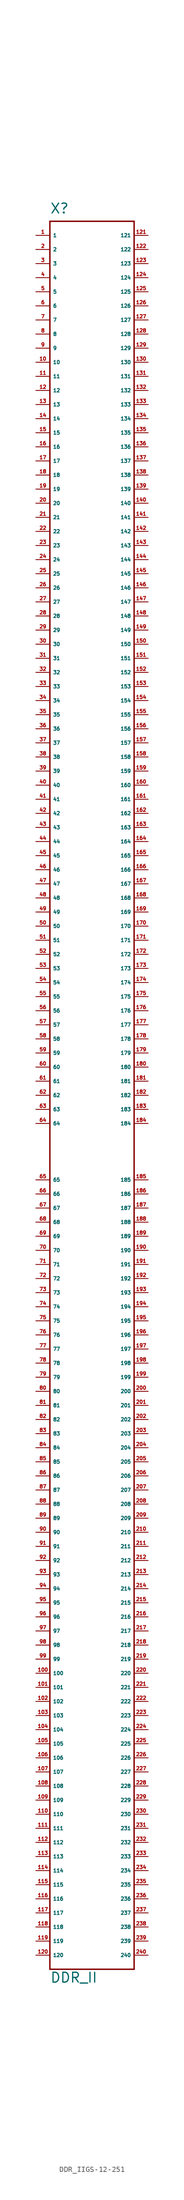
<source format=kicad_sym>
(kicad_symbol_lib
  (version 20220914)
  (generator Eagle2Kicad)
  (symbol "DDR_IIGS-12-251"
    (property "Reference" "X"
      (at -7.62 168.91 0)
      (effects (font (size 1.778 1.778) (thickness 0.22)) (justify left bottom)))
    (property "Value" "DDR_II"
      (at -7.62 -149.86 0)
      (effects (font (size 1.778 1.778) (thickness 0.22)) (justify left bottom)))
    (polyline
      (pts (xy -7.62 167.64) (xy 7.62 167.64))
      (stroke (width 0.254) (type default))
      (fill (type none)))
    (polyline
      (pts (xy 7.62 167.64) (xy 7.62 -147.32))
      (stroke (width 0.254) (type default))
      (fill (type none)))
    (polyline
      (pts (xy 7.62 -147.32) (xy -7.62 -147.32))
      (stroke (width 0.254) (type default))
      (fill (type none)))
    (polyline
      (pts (xy -7.62 -147.32) (xy -7.62 167.64))
      (stroke (width 0.254) (type default))
      (fill (type none)))
    (pin passive line
      (at -10.16 165.1 0)
      (length 2.54)
      (name "1" (effects (font (size 0.635 0.635) (thickness 0.08)) (justify left bottom)))
      (number "1" (effects (font (size 0.635 0.635) (thickness 0.08)) (justify left bottom))))
    (pin passive line
      (at -10.16 162.56 0)
      (length 2.54)
      (name "2" (effects (font (size 0.635 0.635) (thickness 0.08)) (justify left bottom)))
      (number "2" (effects (font (size 0.635 0.635) (thickness 0.08)) (justify left bottom))))
    (pin passive line
      (at -10.16 160.02 0)
      (length 2.54)
      (name "3" (effects (font (size 0.635 0.635) (thickness 0.08)) (justify left bottom)))
      (number "3" (effects (font (size 0.635 0.635) (thickness 0.08)) (justify left bottom))))
    (pin passive line
      (at -10.16 157.48 0)
      (length 2.54)
      (name "4" (effects (font (size 0.635 0.635) (thickness 0.08)) (justify left bottom)))
      (number "4" (effects (font (size 0.635 0.635) (thickness 0.08)) (justify left bottom))))
    (pin passive line
      (at -10.16 154.94 0)
      (length 2.54)
      (name "5" (effects (font (size 0.635 0.635) (thickness 0.08)) (justify left bottom)))
      (number "5" (effects (font (size 0.635 0.635) (thickness 0.08)) (justify left bottom))))
    (pin passive line
      (at -10.16 152.4 0)
      (length 2.54)
      (name "6" (effects (font (size 0.635 0.635) (thickness 0.08)) (justify left bottom)))
      (number "6" (effects (font (size 0.635 0.635) (thickness 0.08)) (justify left bottom))))
    (pin passive line
      (at -10.16 149.86 0)
      (length 2.54)
      (name "7" (effects (font (size 0.635 0.635) (thickness 0.08)) (justify left bottom)))
      (number "7" (effects (font (size 0.635 0.635) (thickness 0.08)) (justify left bottom))))
    (pin passive line
      (at -10.16 147.32 0)
      (length 2.54)
      (name "8" (effects (font (size 0.635 0.635) (thickness 0.08)) (justify left bottom)))
      (number "8" (effects (font (size 0.635 0.635) (thickness 0.08)) (justify left bottom))))
    (pin passive line
      (at -10.16 144.78 0)
      (length 2.54)
      (name "9" (effects (font (size 0.635 0.635) (thickness 0.08)) (justify left bottom)))
      (number "9" (effects (font (size 0.635 0.635) (thickness 0.08)) (justify left bottom))))
    (pin passive line
      (at -10.16 142.24 0)
      (length 2.54)
      (name "10" (effects (font (size 0.635 0.635) (thickness 0.08)) (justify left bottom)))
      (number "10" (effects (font (size 0.635 0.635) (thickness 0.08)) (justify left bottom))))
    (pin passive line
      (at -10.16 139.7 0)
      (length 2.54)
      (name "11" (effects (font (size 0.635 0.635) (thickness 0.08)) (justify left bottom)))
      (number "11" (effects (font (size 0.635 0.635) (thickness 0.08)) (justify left bottom))))
    (pin passive line
      (at -10.16 137.16 0)
      (length 2.54)
      (name "12" (effects (font (size 0.635 0.635) (thickness 0.08)) (justify left bottom)))
      (number "12" (effects (font (size 0.635 0.635) (thickness 0.08)) (justify left bottom))))
    (pin passive line
      (at -10.16 134.62 0)
      (length 2.54)
      (name "13" (effects (font (size 0.635 0.635) (thickness 0.08)) (justify left bottom)))
      (number "13" (effects (font (size 0.635 0.635) (thickness 0.08)) (justify left bottom))))
    (pin passive line
      (at -10.16 132.08 0)
      (length 2.54)
      (name "14" (effects (font (size 0.635 0.635) (thickness 0.08)) (justify left bottom)))
      (number "14" (effects (font (size 0.635 0.635) (thickness 0.08)) (justify left bottom))))
    (pin passive line
      (at -10.16 129.54 0)
      (length 2.54)
      (name "15" (effects (font (size 0.635 0.635) (thickness 0.08)) (justify left bottom)))
      (number "15" (effects (font (size 0.635 0.635) (thickness 0.08)) (justify left bottom))))
    (pin passive line
      (at -10.16 127 0)
      (length 2.54)
      (name "16" (effects (font (size 0.635 0.635) (thickness 0.08)) (justify left bottom)))
      (number "16" (effects (font (size 0.635 0.635) (thickness 0.08)) (justify left bottom))))
    (pin passive line
      (at -10.16 124.46 0)
      (length 2.54)
      (name "17" (effects (font (size 0.635 0.635) (thickness 0.08)) (justify left bottom)))
      (number "17" (effects (font (size 0.635 0.635) (thickness 0.08)) (justify left bottom))))
    (pin passive line
      (at -10.16 121.92 0)
      (length 2.54)
      (name "18" (effects (font (size 0.635 0.635) (thickness 0.08)) (justify left bottom)))
      (number "18" (effects (font (size 0.635 0.635) (thickness 0.08)) (justify left bottom))))
    (pin passive line
      (at -10.16 119.38 0)
      (length 2.54)
      (name "19" (effects (font (size 0.635 0.635) (thickness 0.08)) (justify left bottom)))
      (number "19" (effects (font (size 0.635 0.635) (thickness 0.08)) (justify left bottom))))
    (pin passive line
      (at -10.16 116.84 0)
      (length 2.54)
      (name "20" (effects (font (size 0.635 0.635) (thickness 0.08)) (justify left bottom)))
      (number "20" (effects (font (size 0.635 0.635) (thickness 0.08)) (justify left bottom))))
    (pin passive line
      (at -10.16 114.3 0)
      (length 2.54)
      (name "21" (effects (font (size 0.635 0.635) (thickness 0.08)) (justify left bottom)))
      (number "21" (effects (font (size 0.635 0.635) (thickness 0.08)) (justify left bottom))))
    (pin passive line
      (at -10.16 111.76 0)
      (length 2.54)
      (name "22" (effects (font (size 0.635 0.635) (thickness 0.08)) (justify left bottom)))
      (number "22" (effects (font (size 0.635 0.635) (thickness 0.08)) (justify left bottom))))
    (pin passive line
      (at -10.16 109.22 0)
      (length 2.54)
      (name "23" (effects (font (size 0.635 0.635) (thickness 0.08)) (justify left bottom)))
      (number "23" (effects (font (size 0.635 0.635) (thickness 0.08)) (justify left bottom))))
    (pin passive line
      (at -10.16 106.68 0)
      (length 2.54)
      (name "24" (effects (font (size 0.635 0.635) (thickness 0.08)) (justify left bottom)))
      (number "24" (effects (font (size 0.635 0.635) (thickness 0.08)) (justify left bottom))))
    (pin passive line
      (at -10.16 104.14 0)
      (length 2.54)
      (name "25" (effects (font (size 0.635 0.635) (thickness 0.08)) (justify left bottom)))
      (number "25" (effects (font (size 0.635 0.635) (thickness 0.08)) (justify left bottom))))
    (pin passive line
      (at -10.16 101.6 0)
      (length 2.54)
      (name "26" (effects (font (size 0.635 0.635) (thickness 0.08)) (justify left bottom)))
      (number "26" (effects (font (size 0.635 0.635) (thickness 0.08)) (justify left bottom))))
    (pin passive line
      (at -10.16 99.06 0)
      (length 2.54)
      (name "27" (effects (font (size 0.635 0.635) (thickness 0.08)) (justify left bottom)))
      (number "27" (effects (font (size 0.635 0.635) (thickness 0.08)) (justify left bottom))))
    (pin passive line
      (at -10.16 96.52 0)
      (length 2.54)
      (name "28" (effects (font (size 0.635 0.635) (thickness 0.08)) (justify left bottom)))
      (number "28" (effects (font (size 0.635 0.635) (thickness 0.08)) (justify left bottom))))
    (pin passive line
      (at -10.16 93.98 0)
      (length 2.54)
      (name "29" (effects (font (size 0.635 0.635) (thickness 0.08)) (justify left bottom)))
      (number "29" (effects (font (size 0.635 0.635) (thickness 0.08)) (justify left bottom))))
    (pin passive line
      (at -10.16 91.44 0)
      (length 2.54)
      (name "30" (effects (font (size 0.635 0.635) (thickness 0.08)) (justify left bottom)))
      (number "30" (effects (font (size 0.635 0.635) (thickness 0.08)) (justify left bottom))))
    (pin passive line
      (at -10.16 88.9 0)
      (length 2.54)
      (name "31" (effects (font (size 0.635 0.635) (thickness 0.08)) (justify left bottom)))
      (number "31" (effects (font (size 0.635 0.635) (thickness 0.08)) (justify left bottom))))
    (pin passive line
      (at -10.16 86.36 0)
      (length 2.54)
      (name "32" (effects (font (size 0.635 0.635) (thickness 0.08)) (justify left bottom)))
      (number "32" (effects (font (size 0.635 0.635) (thickness 0.08)) (justify left bottom))))
    (pin passive line
      (at -10.16 83.82 0)
      (length 2.54)
      (name "33" (effects (font (size 0.635 0.635) (thickness 0.08)) (justify left bottom)))
      (number "33" (effects (font (size 0.635 0.635) (thickness 0.08)) (justify left bottom))))
    (pin passive line
      (at -10.16 81.28 0)
      (length 2.54)
      (name "34" (effects (font (size 0.635 0.635) (thickness 0.08)) (justify left bottom)))
      (number "34" (effects (font (size 0.635 0.635) (thickness 0.08)) (justify left bottom))))
    (pin passive line
      (at -10.16 78.74 0)
      (length 2.54)
      (name "35" (effects (font (size 0.635 0.635) (thickness 0.08)) (justify left bottom)))
      (number "35" (effects (font (size 0.635 0.635) (thickness 0.08)) (justify left bottom))))
    (pin passive line
      (at -10.16 76.2 0)
      (length 2.54)
      (name "36" (effects (font (size 0.635 0.635) (thickness 0.08)) (justify left bottom)))
      (number "36" (effects (font (size 0.635 0.635) (thickness 0.08)) (justify left bottom))))
    (pin passive line
      (at -10.16 73.66 0)
      (length 2.54)
      (name "37" (effects (font (size 0.635 0.635) (thickness 0.08)) (justify left bottom)))
      (number "37" (effects (font (size 0.635 0.635) (thickness 0.08)) (justify left bottom))))
    (pin passive line
      (at -10.16 71.12 0)
      (length 2.54)
      (name "38" (effects (font (size 0.635 0.635) (thickness 0.08)) (justify left bottom)))
      (number "38" (effects (font (size 0.635 0.635) (thickness 0.08)) (justify left bottom))))
    (pin passive line
      (at -10.16 68.58 0)
      (length 2.54)
      (name "39" (effects (font (size 0.635 0.635) (thickness 0.08)) (justify left bottom)))
      (number "39" (effects (font (size 0.635 0.635) (thickness 0.08)) (justify left bottom))))
    (pin passive line
      (at -10.16 66.04 0)
      (length 2.54)
      (name "40" (effects (font (size 0.635 0.635) (thickness 0.08)) (justify left bottom)))
      (number "40" (effects (font (size 0.635 0.635) (thickness 0.08)) (justify left bottom))))
    (pin passive line
      (at -10.16 63.5 0)
      (length 2.54)
      (name "41" (effects (font (size 0.635 0.635) (thickness 0.08)) (justify left bottom)))
      (number "41" (effects (font (size 0.635 0.635) (thickness 0.08)) (justify left bottom))))
    (pin passive line
      (at -10.16 60.96 0)
      (length 2.54)
      (name "42" (effects (font (size 0.635 0.635) (thickness 0.08)) (justify left bottom)))
      (number "42" (effects (font (size 0.635 0.635) (thickness 0.08)) (justify left bottom))))
    (pin passive line
      (at -10.16 58.42 0)
      (length 2.54)
      (name "43" (effects (font (size 0.635 0.635) (thickness 0.08)) (justify left bottom)))
      (number "43" (effects (font (size 0.635 0.635) (thickness 0.08)) (justify left bottom))))
    (pin passive line
      (at -10.16 55.88 0)
      (length 2.54)
      (name "44" (effects (font (size 0.635 0.635) (thickness 0.08)) (justify left bottom)))
      (number "44" (effects (font (size 0.635 0.635) (thickness 0.08)) (justify left bottom))))
    (pin passive line
      (at -10.16 53.34 0)
      (length 2.54)
      (name "45" (effects (font (size 0.635 0.635) (thickness 0.08)) (justify left bottom)))
      (number "45" (effects (font (size 0.635 0.635) (thickness 0.08)) (justify left bottom))))
    (pin passive line
      (at -10.16 50.8 0)
      (length 2.54)
      (name "46" (effects (font (size 0.635 0.635) (thickness 0.08)) (justify left bottom)))
      (number "46" (effects (font (size 0.635 0.635) (thickness 0.08)) (justify left bottom))))
    (pin passive line
      (at -10.16 48.26 0)
      (length 2.54)
      (name "47" (effects (font (size 0.635 0.635) (thickness 0.08)) (justify left bottom)))
      (number "47" (effects (font (size 0.635 0.635) (thickness 0.08)) (justify left bottom))))
    (pin passive line
      (at -10.16 45.72 0)
      (length 2.54)
      (name "48" (effects (font (size 0.635 0.635) (thickness 0.08)) (justify left bottom)))
      (number "48" (effects (font (size 0.635 0.635) (thickness 0.08)) (justify left bottom))))
    (pin passive line
      (at -10.16 43.18 0)
      (length 2.54)
      (name "49" (effects (font (size 0.635 0.635) (thickness 0.08)) (justify left bottom)))
      (number "49" (effects (font (size 0.635 0.635) (thickness 0.08)) (justify left bottom))))
    (pin passive line
      (at -10.16 40.64 0)
      (length 2.54)
      (name "50" (effects (font (size 0.635 0.635) (thickness 0.08)) (justify left bottom)))
      (number "50" (effects (font (size 0.635 0.635) (thickness 0.08)) (justify left bottom))))
    (pin passive line
      (at -10.16 38.1 0)
      (length 2.54)
      (name "51" (effects (font (size 0.635 0.635) (thickness 0.08)) (justify left bottom)))
      (number "51" (effects (font (size 0.635 0.635) (thickness 0.08)) (justify left bottom))))
    (pin passive line
      (at -10.16 35.56 0)
      (length 2.54)
      (name "52" (effects (font (size 0.635 0.635) (thickness 0.08)) (justify left bottom)))
      (number "52" (effects (font (size 0.635 0.635) (thickness 0.08)) (justify left bottom))))
    (pin passive line
      (at -10.16 33.02 0)
      (length 2.54)
      (name "53" (effects (font (size 0.635 0.635) (thickness 0.08)) (justify left bottom)))
      (number "53" (effects (font (size 0.635 0.635) (thickness 0.08)) (justify left bottom))))
    (pin passive line
      (at -10.16 30.48 0)
      (length 2.54)
      (name "54" (effects (font (size 0.635 0.635) (thickness 0.08)) (justify left bottom)))
      (number "54" (effects (font (size 0.635 0.635) (thickness 0.08)) (justify left bottom))))
    (pin passive line
      (at -10.16 27.94 0)
      (length 2.54)
      (name "55" (effects (font (size 0.635 0.635) (thickness 0.08)) (justify left bottom)))
      (number "55" (effects (font (size 0.635 0.635) (thickness 0.08)) (justify left bottom))))
    (pin passive line
      (at -10.16 25.4 0)
      (length 2.54)
      (name "56" (effects (font (size 0.635 0.635) (thickness 0.08)) (justify left bottom)))
      (number "56" (effects (font (size 0.635 0.635) (thickness 0.08)) (justify left bottom))))
    (pin passive line
      (at -10.16 22.86 0)
      (length 2.54)
      (name "57" (effects (font (size 0.635 0.635) (thickness 0.08)) (justify left bottom)))
      (number "57" (effects (font (size 0.635 0.635) (thickness 0.08)) (justify left bottom))))
    (pin passive line
      (at -10.16 20.32 0)
      (length 2.54)
      (name "58" (effects (font (size 0.635 0.635) (thickness 0.08)) (justify left bottom)))
      (number "58" (effects (font (size 0.635 0.635) (thickness 0.08)) (justify left bottom))))
    (pin passive line
      (at -10.16 17.78 0)
      (length 2.54)
      (name "59" (effects (font (size 0.635 0.635) (thickness 0.08)) (justify left bottom)))
      (number "59" (effects (font (size 0.635 0.635) (thickness 0.08)) (justify left bottom))))
    (pin passive line
      (at -10.16 15.24 0)
      (length 2.54)
      (name "60" (effects (font (size 0.635 0.635) (thickness 0.08)) (justify left bottom)))
      (number "60" (effects (font (size 0.635 0.635) (thickness 0.08)) (justify left bottom))))
    (pin passive line
      (at -10.16 12.7 0)
      (length 2.54)
      (name "61" (effects (font (size 0.635 0.635) (thickness 0.08)) (justify left bottom)))
      (number "61" (effects (font (size 0.635 0.635) (thickness 0.08)) (justify left bottom))))
    (pin passive line
      (at -10.16 10.16 0)
      (length 2.54)
      (name "62" (effects (font (size 0.635 0.635) (thickness 0.08)) (justify left bottom)))
      (number "62" (effects (font (size 0.635 0.635) (thickness 0.08)) (justify left bottom))))
    (pin passive line
      (at -10.16 7.62 0)
      (length 2.54)
      (name "63" (effects (font (size 0.635 0.635) (thickness 0.08)) (justify left bottom)))
      (number "63" (effects (font (size 0.635 0.635) (thickness 0.08)) (justify left bottom))))
    (pin passive line
      (at -10.16 5.08 0)
      (length 2.54)
      (name "64" (effects (font (size 0.635 0.635) (thickness 0.08)) (justify left bottom)))
      (number "64" (effects (font (size 0.635 0.635) (thickness 0.08)) (justify left bottom))))
    (pin passive line
      (at -10.16 -5.08 0)
      (length 2.54)
      (name "65" (effects (font (size 0.635 0.635) (thickness 0.08)) (justify left bottom)))
      (number "65" (effects (font (size 0.635 0.635) (thickness 0.08)) (justify left bottom))))
    (pin passive line
      (at -10.16 -7.62 0)
      (length 2.54)
      (name "66" (effects (font (size 0.635 0.635) (thickness 0.08)) (justify left bottom)))
      (number "66" (effects (font (size 0.635 0.635) (thickness 0.08)) (justify left bottom))))
    (pin passive line
      (at -10.16 -10.16 0)
      (length 2.54)
      (name "67" (effects (font (size 0.635 0.635) (thickness 0.08)) (justify left bottom)))
      (number "67" (effects (font (size 0.635 0.635) (thickness 0.08)) (justify left bottom))))
    (pin passive line
      (at -10.16 -12.7 0)
      (length 2.54)
      (name "68" (effects (font (size 0.635 0.635) (thickness 0.08)) (justify left bottom)))
      (number "68" (effects (font (size 0.635 0.635) (thickness 0.08)) (justify left bottom))))
    (pin passive line
      (at -10.16 -15.24 0)
      (length 2.54)
      (name "69" (effects (font (size 0.635 0.635) (thickness 0.08)) (justify left bottom)))
      (number "69" (effects (font (size 0.635 0.635) (thickness 0.08)) (justify left bottom))))
    (pin passive line
      (at -10.16 -17.78 0)
      (length 2.54)
      (name "70" (effects (font (size 0.635 0.635) (thickness 0.08)) (justify left bottom)))
      (number "70" (effects (font (size 0.635 0.635) (thickness 0.08)) (justify left bottom))))
    (pin passive line
      (at -10.16 -20.32 0)
      (length 2.54)
      (name "71" (effects (font (size 0.635 0.635) (thickness 0.08)) (justify left bottom)))
      (number "71" (effects (font (size 0.635 0.635) (thickness 0.08)) (justify left bottom))))
    (pin passive line
      (at -10.16 -22.86 0)
      (length 2.54)
      (name "72" (effects (font (size 0.635 0.635) (thickness 0.08)) (justify left bottom)))
      (number "72" (effects (font (size 0.635 0.635) (thickness 0.08)) (justify left bottom))))
    (pin passive line
      (at -10.16 -25.4 0)
      (length 2.54)
      (name "73" (effects (font (size 0.635 0.635) (thickness 0.08)) (justify left bottom)))
      (number "73" (effects (font (size 0.635 0.635) (thickness 0.08)) (justify left bottom))))
    (pin passive line
      (at -10.16 -27.94 0)
      (length 2.54)
      (name "74" (effects (font (size 0.635 0.635) (thickness 0.08)) (justify left bottom)))
      (number "74" (effects (font (size 0.635 0.635) (thickness 0.08)) (justify left bottom))))
    (pin passive line
      (at -10.16 -30.48 0)
      (length 2.54)
      (name "75" (effects (font (size 0.635 0.635) (thickness 0.08)) (justify left bottom)))
      (number "75" (effects (font (size 0.635 0.635) (thickness 0.08)) (justify left bottom))))
    (pin passive line
      (at -10.16 -33.02 0)
      (length 2.54)
      (name "76" (effects (font (size 0.635 0.635) (thickness 0.08)) (justify left bottom)))
      (number "76" (effects (font (size 0.635 0.635) (thickness 0.08)) (justify left bottom))))
    (pin passive line
      (at -10.16 -35.56 0)
      (length 2.54)
      (name "77" (effects (font (size 0.635 0.635) (thickness 0.08)) (justify left bottom)))
      (number "77" (effects (font (size 0.635 0.635) (thickness 0.08)) (justify left bottom))))
    (pin passive line
      (at -10.16 -38.1 0)
      (length 2.54)
      (name "78" (effects (font (size 0.635 0.635) (thickness 0.08)) (justify left bottom)))
      (number "78" (effects (font (size 0.635 0.635) (thickness 0.08)) (justify left bottom))))
    (pin passive line
      (at -10.16 -40.64 0)
      (length 2.54)
      (name "79" (effects (font (size 0.635 0.635) (thickness 0.08)) (justify left bottom)))
      (number "79" (effects (font (size 0.635 0.635) (thickness 0.08)) (justify left bottom))))
    (pin passive line
      (at -10.16 -43.18 0)
      (length 2.54)
      (name "80" (effects (font (size 0.635 0.635) (thickness 0.08)) (justify left bottom)))
      (number "80" (effects (font (size 0.635 0.635) (thickness 0.08)) (justify left bottom))))
    (pin passive line
      (at -10.16 -45.72 0)
      (length 2.54)
      (name "81" (effects (font (size 0.635 0.635) (thickness 0.08)) (justify left bottom)))
      (number "81" (effects (font (size 0.635 0.635) (thickness 0.08)) (justify left bottom))))
    (pin passive line
      (at -10.16 -48.26 0)
      (length 2.54)
      (name "82" (effects (font (size 0.635 0.635) (thickness 0.08)) (justify left bottom)))
      (number "82" (effects (font (size 0.635 0.635) (thickness 0.08)) (justify left bottom))))
    (pin passive line
      (at -10.16 -50.8 0)
      (length 2.54)
      (name "83" (effects (font (size 0.635 0.635) (thickness 0.08)) (justify left bottom)))
      (number "83" (effects (font (size 0.635 0.635) (thickness 0.08)) (justify left bottom))))
    (pin passive line
      (at -10.16 -53.34 0)
      (length 2.54)
      (name "84" (effects (font (size 0.635 0.635) (thickness 0.08)) (justify left bottom)))
      (number "84" (effects (font (size 0.635 0.635) (thickness 0.08)) (justify left bottom))))
    (pin passive line
      (at -10.16 -55.88 0)
      (length 2.54)
      (name "85" (effects (font (size 0.635 0.635) (thickness 0.08)) (justify left bottom)))
      (number "85" (effects (font (size 0.635 0.635) (thickness 0.08)) (justify left bottom))))
    (pin passive line
      (at -10.16 -58.42 0)
      (length 2.54)
      (name "86" (effects (font (size 0.635 0.635) (thickness 0.08)) (justify left bottom)))
      (number "86" (effects (font (size 0.635 0.635) (thickness 0.08)) (justify left bottom))))
    (pin passive line
      (at -10.16 -60.96 0)
      (length 2.54)
      (name "87" (effects (font (size 0.635 0.635) (thickness 0.08)) (justify left bottom)))
      (number "87" (effects (font (size 0.635 0.635) (thickness 0.08)) (justify left bottom))))
    (pin passive line
      (at -10.16 -63.5 0)
      (length 2.54)
      (name "88" (effects (font (size 0.635 0.635) (thickness 0.08)) (justify left bottom)))
      (number "88" (effects (font (size 0.635 0.635) (thickness 0.08)) (justify left bottom))))
    (pin passive line
      (at -10.16 -66.04 0)
      (length 2.54)
      (name "89" (effects (font (size 0.635 0.635) (thickness 0.08)) (justify left bottom)))
      (number "89" (effects (font (size 0.635 0.635) (thickness 0.08)) (justify left bottom))))
    (pin passive line
      (at -10.16 -68.58 0)
      (length 2.54)
      (name "90" (effects (font (size 0.635 0.635) (thickness 0.08)) (justify left bottom)))
      (number "90" (effects (font (size 0.635 0.635) (thickness 0.08)) (justify left bottom))))
    (pin passive line
      (at -10.16 -71.12 0)
      (length 2.54)
      (name "91" (effects (font (size 0.635 0.635) (thickness 0.08)) (justify left bottom)))
      (number "91" (effects (font (size 0.635 0.635) (thickness 0.08)) (justify left bottom))))
    (pin passive line
      (at -10.16 -73.66 0)
      (length 2.54)
      (name "92" (effects (font (size 0.635 0.635) (thickness 0.08)) (justify left bottom)))
      (number "92" (effects (font (size 0.635 0.635) (thickness 0.08)) (justify left bottom))))
    (pin passive line
      (at -10.16 -76.2 0)
      (length 2.54)
      (name "93" (effects (font (size 0.635 0.635) (thickness 0.08)) (justify left bottom)))
      (number "93" (effects (font (size 0.635 0.635) (thickness 0.08)) (justify left bottom))))
    (pin passive line
      (at -10.16 -78.74 0)
      (length 2.54)
      (name "94" (effects (font (size 0.635 0.635) (thickness 0.08)) (justify left bottom)))
      (number "94" (effects (font (size 0.635 0.635) (thickness 0.08)) (justify left bottom))))
    (pin passive line
      (at -10.16 -81.28 0)
      (length 2.54)
      (name "95" (effects (font (size 0.635 0.635) (thickness 0.08)) (justify left bottom)))
      (number "95" (effects (font (size 0.635 0.635) (thickness 0.08)) (justify left bottom))))
    (pin passive line
      (at -10.16 -83.82 0)
      (length 2.54)
      (name "96" (effects (font (size 0.635 0.635) (thickness 0.08)) (justify left bottom)))
      (number "96" (effects (font (size 0.635 0.635) (thickness 0.08)) (justify left bottom))))
    (pin passive line
      (at -10.16 -86.36 0)
      (length 2.54)
      (name "97" (effects (font (size 0.635 0.635) (thickness 0.08)) (justify left bottom)))
      (number "97" (effects (font (size 0.635 0.635) (thickness 0.08)) (justify left bottom))))
    (pin passive line
      (at -10.16 -88.9 0)
      (length 2.54)
      (name "98" (effects (font (size 0.635 0.635) (thickness 0.08)) (justify left bottom)))
      (number "98" (effects (font (size 0.635 0.635) (thickness 0.08)) (justify left bottom))))
    (pin passive line
      (at -10.16 -91.44 0)
      (length 2.54)
      (name "99" (effects (font (size 0.635 0.635) (thickness 0.08)) (justify left bottom)))
      (number "99" (effects (font (size 0.635 0.635) (thickness 0.08)) (justify left bottom))))
    (pin passive line
      (at -10.16 -93.98 0)
      (length 2.54)
      (name "100" (effects (font (size 0.635 0.635) (thickness 0.08)) (justify left bottom)))
      (number "100" (effects (font (size 0.635 0.635) (thickness 0.08)) (justify left bottom))))
    (pin passive line
      (at -10.16 -96.52 0)
      (length 2.54)
      (name "101" (effects (font (size 0.635 0.635) (thickness 0.08)) (justify left bottom)))
      (number "101" (effects (font (size 0.635 0.635) (thickness 0.08)) (justify left bottom))))
    (pin passive line
      (at -10.16 -99.06 0)
      (length 2.54)
      (name "102" (effects (font (size 0.635 0.635) (thickness 0.08)) (justify left bottom)))
      (number "102" (effects (font (size 0.635 0.635) (thickness 0.08)) (justify left bottom))))
    (pin passive line
      (at -10.16 -101.6 0)
      (length 2.54)
      (name "103" (effects (font (size 0.635 0.635) (thickness 0.08)) (justify left bottom)))
      (number "103" (effects (font (size 0.635 0.635) (thickness 0.08)) (justify left bottom))))
    (pin passive line
      (at -10.16 -104.14 0)
      (length 2.54)
      (name "104" (effects (font (size 0.635 0.635) (thickness 0.08)) (justify left bottom)))
      (number "104" (effects (font (size 0.635 0.635) (thickness 0.08)) (justify left bottom))))
    (pin passive line
      (at -10.16 -106.68 0)
      (length 2.54)
      (name "105" (effects (font (size 0.635 0.635) (thickness 0.08)) (justify left bottom)))
      (number "105" (effects (font (size 0.635 0.635) (thickness 0.08)) (justify left bottom))))
    (pin passive line
      (at -10.16 -109.22 0)
      (length 2.54)
      (name "106" (effects (font (size 0.635 0.635) (thickness 0.08)) (justify left bottom)))
      (number "106" (effects (font (size 0.635 0.635) (thickness 0.08)) (justify left bottom))))
    (pin passive line
      (at -10.16 -111.76 0)
      (length 2.54)
      (name "107" (effects (font (size 0.635 0.635) (thickness 0.08)) (justify left bottom)))
      (number "107" (effects (font (size 0.635 0.635) (thickness 0.08)) (justify left bottom))))
    (pin passive line
      (at -10.16 -114.3 0)
      (length 2.54)
      (name "108" (effects (font (size 0.635 0.635) (thickness 0.08)) (justify left bottom)))
      (number "108" (effects (font (size 0.635 0.635) (thickness 0.08)) (justify left bottom))))
    (pin passive line
      (at -10.16 -116.84 0)
      (length 2.54)
      (name "109" (effects (font (size 0.635 0.635) (thickness 0.08)) (justify left bottom)))
      (number "109" (effects (font (size 0.635 0.635) (thickness 0.08)) (justify left bottom))))
    (pin passive line
      (at -10.16 -119.38 0)
      (length 2.54)
      (name "110" (effects (font (size 0.635 0.635) (thickness 0.08)) (justify left bottom)))
      (number "110" (effects (font (size 0.635 0.635) (thickness 0.08)) (justify left bottom))))
    (pin passive line
      (at -10.16 -121.92 0)
      (length 2.54)
      (name "111" (effects (font (size 0.635 0.635) (thickness 0.08)) (justify left bottom)))
      (number "111" (effects (font (size 0.635 0.635) (thickness 0.08)) (justify left bottom))))
    (pin passive line
      (at -10.16 -124.46 0)
      (length 2.54)
      (name "112" (effects (font (size 0.635 0.635) (thickness 0.08)) (justify left bottom)))
      (number "112" (effects (font (size 0.635 0.635) (thickness 0.08)) (justify left bottom))))
    (pin passive line
      (at -10.16 -127 0)
      (length 2.54)
      (name "113" (effects (font (size 0.635 0.635) (thickness 0.08)) (justify left bottom)))
      (number "113" (effects (font (size 0.635 0.635) (thickness 0.08)) (justify left bottom))))
    (pin passive line
      (at -10.16 -129.54 0)
      (length 2.54)
      (name "114" (effects (font (size 0.635 0.635) (thickness 0.08)) (justify left bottom)))
      (number "114" (effects (font (size 0.635 0.635) (thickness 0.08)) (justify left bottom))))
    (pin passive line
      (at -10.16 -132.08 0)
      (length 2.54)
      (name "115" (effects (font (size 0.635 0.635) (thickness 0.08)) (justify left bottom)))
      (number "115" (effects (font (size 0.635 0.635) (thickness 0.08)) (justify left bottom))))
    (pin passive line
      (at -10.16 -134.62 0)
      (length 2.54)
      (name "116" (effects (font (size 0.635 0.635) (thickness 0.08)) (justify left bottom)))
      (number "116" (effects (font (size 0.635 0.635) (thickness 0.08)) (justify left bottom))))
    (pin passive line
      (at -10.16 -137.16 0)
      (length 2.54)
      (name "117" (effects (font (size 0.635 0.635) (thickness 0.08)) (justify left bottom)))
      (number "117" (effects (font (size 0.635 0.635) (thickness 0.08)) (justify left bottom))))
    (pin passive line
      (at -10.16 -139.7 0)
      (length 2.54)
      (name "118" (effects (font (size 0.635 0.635) (thickness 0.08)) (justify left bottom)))
      (number "118" (effects (font (size 0.635 0.635) (thickness 0.08)) (justify left bottom))))
    (pin passive line
      (at -10.16 -142.24 0)
      (length 2.54)
      (name "119" (effects (font (size 0.635 0.635) (thickness 0.08)) (justify left bottom)))
      (number "119" (effects (font (size 0.635 0.635) (thickness 0.08)) (justify left bottom))))
    (pin passive line
      (at -10.16 -144.78 0)
      (length 2.54)
      (name "120" (effects (font (size 0.635 0.635) (thickness 0.08)) (justify left bottom)))
      (number "120" (effects (font (size 0.635 0.635) (thickness 0.08)) (justify left bottom))))
    (pin passive line
      (at 10.16 165.1 180)
      (length 2.54)
      (name "121" (effects (font (size 0.635 0.635) (thickness 0.08)) (justify left bottom)))
      (number "121" (effects (font (size 0.635 0.635) (thickness 0.08)) (justify left bottom))))
    (pin passive line
      (at 10.16 162.56 180)
      (length 2.54)
      (name "122" (effects (font (size 0.635 0.635) (thickness 0.08)) (justify left bottom)))
      (number "122" (effects (font (size 0.635 0.635) (thickness 0.08)) (justify left bottom))))
    (pin passive line
      (at 10.16 160.02 180)
      (length 2.54)
      (name "123" (effects (font (size 0.635 0.635) (thickness 0.08)) (justify left bottom)))
      (number "123" (effects (font (size 0.635 0.635) (thickness 0.08)) (justify left bottom))))
    (pin passive line
      (at 10.16 157.48 180)
      (length 2.54)
      (name "124" (effects (font (size 0.635 0.635) (thickness 0.08)) (justify left bottom)))
      (number "124" (effects (font (size 0.635 0.635) (thickness 0.08)) (justify left bottom))))
    (pin passive line
      (at 10.16 154.94 180)
      (length 2.54)
      (name "125" (effects (font (size 0.635 0.635) (thickness 0.08)) (justify left bottom)))
      (number "125" (effects (font (size 0.635 0.635) (thickness 0.08)) (justify left bottom))))
    (pin passive line
      (at 10.16 152.4 180)
      (length 2.54)
      (name "126" (effects (font (size 0.635 0.635) (thickness 0.08)) (justify left bottom)))
      (number "126" (effects (font (size 0.635 0.635) (thickness 0.08)) (justify left bottom))))
    (pin passive line
      (at 10.16 149.86 180)
      (length 2.54)
      (name "127" (effects (font (size 0.635 0.635) (thickness 0.08)) (justify left bottom)))
      (number "127" (effects (font (size 0.635 0.635) (thickness 0.08)) (justify left bottom))))
    (pin passive line
      (at 10.16 147.32 180)
      (length 2.54)
      (name "128" (effects (font (size 0.635 0.635) (thickness 0.08)) (justify left bottom)))
      (number "128" (effects (font (size 0.635 0.635) (thickness 0.08)) (justify left bottom))))
    (pin passive line
      (at 10.16 144.78 180)
      (length 2.54)
      (name "129" (effects (font (size 0.635 0.635) (thickness 0.08)) (justify left bottom)))
      (number "129" (effects (font (size 0.635 0.635) (thickness 0.08)) (justify left bottom))))
    (pin passive line
      (at 10.16 142.24 180)
      (length 2.54)
      (name "130" (effects (font (size 0.635 0.635) (thickness 0.08)) (justify left bottom)))
      (number "130" (effects (font (size 0.635 0.635) (thickness 0.08)) (justify left bottom))))
    (pin passive line
      (at 10.16 139.7 180)
      (length 2.54)
      (name "131" (effects (font (size 0.635 0.635) (thickness 0.08)) (justify left bottom)))
      (number "131" (effects (font (size 0.635 0.635) (thickness 0.08)) (justify left bottom))))
    (pin passive line
      (at 10.16 137.16 180)
      (length 2.54)
      (name "132" (effects (font (size 0.635 0.635) (thickness 0.08)) (justify left bottom)))
      (number "132" (effects (font (size 0.635 0.635) (thickness 0.08)) (justify left bottom))))
    (pin passive line
      (at 10.16 134.62 180)
      (length 2.54)
      (name "133" (effects (font (size 0.635 0.635) (thickness 0.08)) (justify left bottom)))
      (number "133" (effects (font (size 0.635 0.635) (thickness 0.08)) (justify left bottom))))
    (pin passive line
      (at 10.16 132.08 180)
      (length 2.54)
      (name "134" (effects (font (size 0.635 0.635) (thickness 0.08)) (justify left bottom)))
      (number "134" (effects (font (size 0.635 0.635) (thickness 0.08)) (justify left bottom))))
    (pin passive line
      (at 10.16 129.54 180)
      (length 2.54)
      (name "135" (effects (font (size 0.635 0.635) (thickness 0.08)) (justify left bottom)))
      (number "135" (effects (font (size 0.635 0.635) (thickness 0.08)) (justify left bottom))))
    (pin passive line
      (at 10.16 127 180)
      (length 2.54)
      (name "136" (effects (font (size 0.635 0.635) (thickness 0.08)) (justify left bottom)))
      (number "136" (effects (font (size 0.635 0.635) (thickness 0.08)) (justify left bottom))))
    (pin passive line
      (at 10.16 124.46 180)
      (length 2.54)
      (name "137" (effects (font (size 0.635 0.635) (thickness 0.08)) (justify left bottom)))
      (number "137" (effects (font (size 0.635 0.635) (thickness 0.08)) (justify left bottom))))
    (pin passive line
      (at 10.16 121.92 180)
      (length 2.54)
      (name "138" (effects (font (size 0.635 0.635) (thickness 0.08)) (justify left bottom)))
      (number "138" (effects (font (size 0.635 0.635) (thickness 0.08)) (justify left bottom))))
    (pin passive line
      (at 10.16 119.38 180)
      (length 2.54)
      (name "139" (effects (font (size 0.635 0.635) (thickness 0.08)) (justify left bottom)))
      (number "139" (effects (font (size 0.635 0.635) (thickness 0.08)) (justify left bottom))))
    (pin passive line
      (at 10.16 116.84 180)
      (length 2.54)
      (name "140" (effects (font (size 0.635 0.635) (thickness 0.08)) (justify left bottom)))
      (number "140" (effects (font (size 0.635 0.635) (thickness 0.08)) (justify left bottom))))
    (pin passive line
      (at 10.16 114.3 180)
      (length 2.54)
      (name "141" (effects (font (size 0.635 0.635) (thickness 0.08)) (justify left bottom)))
      (number "141" (effects (font (size 0.635 0.635) (thickness 0.08)) (justify left bottom))))
    (pin passive line
      (at 10.16 111.76 180)
      (length 2.54)
      (name "142" (effects (font (size 0.635 0.635) (thickness 0.08)) (justify left bottom)))
      (number "142" (effects (font (size 0.635 0.635) (thickness 0.08)) (justify left bottom))))
    (pin passive line
      (at 10.16 109.22 180)
      (length 2.54)
      (name "143" (effects (font (size 0.635 0.635) (thickness 0.08)) (justify left bottom)))
      (number "143" (effects (font (size 0.635 0.635) (thickness 0.08)) (justify left bottom))))
    (pin passive line
      (at 10.16 106.68 180)
      (length 2.54)
      (name "144" (effects (font (size 0.635 0.635) (thickness 0.08)) (justify left bottom)))
      (number "144" (effects (font (size 0.635 0.635) (thickness 0.08)) (justify left bottom))))
    (pin passive line
      (at 10.16 104.14 180)
      (length 2.54)
      (name "145" (effects (font (size 0.635 0.635) (thickness 0.08)) (justify left bottom)))
      (number "145" (effects (font (size 0.635 0.635) (thickness 0.08)) (justify left bottom))))
    (pin passive line
      (at 10.16 101.6 180)
      (length 2.54)
      (name "146" (effects (font (size 0.635 0.635) (thickness 0.08)) (justify left bottom)))
      (number "146" (effects (font (size 0.635 0.635) (thickness 0.08)) (justify left bottom))))
    (pin passive line
      (at 10.16 99.06 180)
      (length 2.54)
      (name "147" (effects (font (size 0.635 0.635) (thickness 0.08)) (justify left bottom)))
      (number "147" (effects (font (size 0.635 0.635) (thickness 0.08)) (justify left bottom))))
    (pin passive line
      (at 10.16 96.52 180)
      (length 2.54)
      (name "148" (effects (font (size 0.635 0.635) (thickness 0.08)) (justify left bottom)))
      (number "148" (effects (font (size 0.635 0.635) (thickness 0.08)) (justify left bottom))))
    (pin passive line
      (at 10.16 93.98 180)
      (length 2.54)
      (name "149" (effects (font (size 0.635 0.635) (thickness 0.08)) (justify left bottom)))
      (number "149" (effects (font (size 0.635 0.635) (thickness 0.08)) (justify left bottom))))
    (pin passive line
      (at 10.16 91.44 180)
      (length 2.54)
      (name "150" (effects (font (size 0.635 0.635) (thickness 0.08)) (justify left bottom)))
      (number "150" (effects (font (size 0.635 0.635) (thickness 0.08)) (justify left bottom))))
    (pin passive line
      (at 10.16 88.9 180)
      (length 2.54)
      (name "151" (effects (font (size 0.635 0.635) (thickness 0.08)) (justify left bottom)))
      (number "151" (effects (font (size 0.635 0.635) (thickness 0.08)) (justify left bottom))))
    (pin passive line
      (at 10.16 86.36 180)
      (length 2.54)
      (name "152" (effects (font (size 0.635 0.635) (thickness 0.08)) (justify left bottom)))
      (number "152" (effects (font (size 0.635 0.635) (thickness 0.08)) (justify left bottom))))
    (pin passive line
      (at 10.16 83.82 180)
      (length 2.54)
      (name "153" (effects (font (size 0.635 0.635) (thickness 0.08)) (justify left bottom)))
      (number "153" (effects (font (size 0.635 0.635) (thickness 0.08)) (justify left bottom))))
    (pin passive line
      (at 10.16 81.28 180)
      (length 2.54)
      (name "154" (effects (font (size 0.635 0.635) (thickness 0.08)) (justify left bottom)))
      (number "154" (effects (font (size 0.635 0.635) (thickness 0.08)) (justify left bottom))))
    (pin passive line
      (at 10.16 78.74 180)
      (length 2.54)
      (name "155" (effects (font (size 0.635 0.635) (thickness 0.08)) (justify left bottom)))
      (number "155" (effects (font (size 0.635 0.635) (thickness 0.08)) (justify left bottom))))
    (pin passive line
      (at 10.16 76.2 180)
      (length 2.54)
      (name "156" (effects (font (size 0.635 0.635) (thickness 0.08)) (justify left bottom)))
      (number "156" (effects (font (size 0.635 0.635) (thickness 0.08)) (justify left bottom))))
    (pin passive line
      (at 10.16 73.66 180)
      (length 2.54)
      (name "157" (effects (font (size 0.635 0.635) (thickness 0.08)) (justify left bottom)))
      (number "157" (effects (font (size 0.635 0.635) (thickness 0.08)) (justify left bottom))))
    (pin passive line
      (at 10.16 71.12 180)
      (length 2.54)
      (name "158" (effects (font (size 0.635 0.635) (thickness 0.08)) (justify left bottom)))
      (number "158" (effects (font (size 0.635 0.635) (thickness 0.08)) (justify left bottom))))
    (pin passive line
      (at 10.16 68.58 180)
      (length 2.54)
      (name "159" (effects (font (size 0.635 0.635) (thickness 0.08)) (justify left bottom)))
      (number "159" (effects (font (size 0.635 0.635) (thickness 0.08)) (justify left bottom))))
    (pin passive line
      (at 10.16 66.04 180)
      (length 2.54)
      (name "160" (effects (font (size 0.635 0.635) (thickness 0.08)) (justify left bottom)))
      (number "160" (effects (font (size 0.635 0.635) (thickness 0.08)) (justify left bottom))))
    (pin passive line
      (at 10.16 63.5 180)
      (length 2.54)
      (name "161" (effects (font (size 0.635 0.635) (thickness 0.08)) (justify left bottom)))
      (number "161" (effects (font (size 0.635 0.635) (thickness 0.08)) (justify left bottom))))
    (pin passive line
      (at 10.16 60.96 180)
      (length 2.54)
      (name "162" (effects (font (size 0.635 0.635) (thickness 0.08)) (justify left bottom)))
      (number "162" (effects (font (size 0.635 0.635) (thickness 0.08)) (justify left bottom))))
    (pin passive line
      (at 10.16 58.42 180)
      (length 2.54)
      (name "163" (effects (font (size 0.635 0.635) (thickness 0.08)) (justify left bottom)))
      (number "163" (effects (font (size 0.635 0.635) (thickness 0.08)) (justify left bottom))))
    (pin passive line
      (at 10.16 55.88 180)
      (length 2.54)
      (name "164" (effects (font (size 0.635 0.635) (thickness 0.08)) (justify left bottom)))
      (number "164" (effects (font (size 0.635 0.635) (thickness 0.08)) (justify left bottom))))
    (pin passive line
      (at 10.16 53.34 180)
      (length 2.54)
      (name "165" (effects (font (size 0.635 0.635) (thickness 0.08)) (justify left bottom)))
      (number "165" (effects (font (size 0.635 0.635) (thickness 0.08)) (justify left bottom))))
    (pin passive line
      (at 10.16 50.8 180)
      (length 2.54)
      (name "166" (effects (font (size 0.635 0.635) (thickness 0.08)) (justify left bottom)))
      (number "166" (effects (font (size 0.635 0.635) (thickness 0.08)) (justify left bottom))))
    (pin passive line
      (at 10.16 48.26 180)
      (length 2.54)
      (name "167" (effects (font (size 0.635 0.635) (thickness 0.08)) (justify left bottom)))
      (number "167" (effects (font (size 0.635 0.635) (thickness 0.08)) (justify left bottom))))
    (pin passive line
      (at 10.16 45.72 180)
      (length 2.54)
      (name "168" (effects (font (size 0.635 0.635) (thickness 0.08)) (justify left bottom)))
      (number "168" (effects (font (size 0.635 0.635) (thickness 0.08)) (justify left bottom))))
    (pin passive line
      (at 10.16 43.18 180)
      (length 2.54)
      (name "169" (effects (font (size 0.635 0.635) (thickness 0.08)) (justify left bottom)))
      (number "169" (effects (font (size 0.635 0.635) (thickness 0.08)) (justify left bottom))))
    (pin passive line
      (at 10.16 40.64 180)
      (length 2.54)
      (name "170" (effects (font (size 0.635 0.635) (thickness 0.08)) (justify left bottom)))
      (number "170" (effects (font (size 0.635 0.635) (thickness 0.08)) (justify left bottom))))
    (pin passive line
      (at 10.16 38.1 180)
      (length 2.54)
      (name "171" (effects (font (size 0.635 0.635) (thickness 0.08)) (justify left bottom)))
      (number "171" (effects (font (size 0.635 0.635) (thickness 0.08)) (justify left bottom))))
    (pin passive line
      (at 10.16 35.56 180)
      (length 2.54)
      (name "172" (effects (font (size 0.635 0.635) (thickness 0.08)) (justify left bottom)))
      (number "172" (effects (font (size 0.635 0.635) (thickness 0.08)) (justify left bottom))))
    (pin passive line
      (at 10.16 33.02 180)
      (length 2.54)
      (name "173" (effects (font (size 0.635 0.635) (thickness 0.08)) (justify left bottom)))
      (number "173" (effects (font (size 0.635 0.635) (thickness 0.08)) (justify left bottom))))
    (pin passive line
      (at 10.16 30.48 180)
      (length 2.54)
      (name "174" (effects (font (size 0.635 0.635) (thickness 0.08)) (justify left bottom)))
      (number "174" (effects (font (size 0.635 0.635) (thickness 0.08)) (justify left bottom))))
    (pin passive line
      (at 10.16 27.94 180)
      (length 2.54)
      (name "175" (effects (font (size 0.635 0.635) (thickness 0.08)) (justify left bottom)))
      (number "175" (effects (font (size 0.635 0.635) (thickness 0.08)) (justify left bottom))))
    (pin passive line
      (at 10.16 25.4 180)
      (length 2.54)
      (name "176" (effects (font (size 0.635 0.635) (thickness 0.08)) (justify left bottom)))
      (number "176" (effects (font (size 0.635 0.635) (thickness 0.08)) (justify left bottom))))
    (pin passive line
      (at 10.16 22.86 180)
      (length 2.54)
      (name "177" (effects (font (size 0.635 0.635) (thickness 0.08)) (justify left bottom)))
      (number "177" (effects (font (size 0.635 0.635) (thickness 0.08)) (justify left bottom))))
    (pin passive line
      (at 10.16 20.32 180)
      (length 2.54)
      (name "178" (effects (font (size 0.635 0.635) (thickness 0.08)) (justify left bottom)))
      (number "178" (effects (font (size 0.635 0.635) (thickness 0.08)) (justify left bottom))))
    (pin passive line
      (at 10.16 17.78 180)
      (length 2.54)
      (name "179" (effects (font (size 0.635 0.635) (thickness 0.08)) (justify left bottom)))
      (number "179" (effects (font (size 0.635 0.635) (thickness 0.08)) (justify left bottom))))
    (pin passive line
      (at 10.16 15.24 180)
      (length 2.54)
      (name "180" (effects (font (size 0.635 0.635) (thickness 0.08)) (justify left bottom)))
      (number "180" (effects (font (size 0.635 0.635) (thickness 0.08)) (justify left bottom))))
    (pin passive line
      (at 10.16 12.7 180)
      (length 2.54)
      (name "181" (effects (font (size 0.635 0.635) (thickness 0.08)) (justify left bottom)))
      (number "181" (effects (font (size 0.635 0.635) (thickness 0.08)) (justify left bottom))))
    (pin passive line
      (at 10.16 10.16 180)
      (length 2.54)
      (name "182" (effects (font (size 0.635 0.635) (thickness 0.08)) (justify left bottom)))
      (number "182" (effects (font (size 0.635 0.635) (thickness 0.08)) (justify left bottom))))
    (pin passive line
      (at 10.16 7.62 180)
      (length 2.54)
      (name "183" (effects (font (size 0.635 0.635) (thickness 0.08)) (justify left bottom)))
      (number "183" (effects (font (size 0.635 0.635) (thickness 0.08)) (justify left bottom))))
    (pin passive line
      (at 10.16 5.08 180)
      (length 2.54)
      (name "184" (effects (font (size 0.635 0.635) (thickness 0.08)) (justify left bottom)))
      (number "184" (effects (font (size 0.635 0.635) (thickness 0.08)) (justify left bottom))))
    (pin passive line
      (at 10.16 -5.08 180)
      (length 2.54)
      (name "185" (effects (font (size 0.635 0.635) (thickness 0.08)) (justify left bottom)))
      (number "185" (effects (font (size 0.635 0.635) (thickness 0.08)) (justify left bottom))))
    (pin passive line
      (at 10.16 -7.62 180)
      (length 2.54)
      (name "186" (effects (font (size 0.635 0.635) (thickness 0.08)) (justify left bottom)))
      (number "186" (effects (font (size 0.635 0.635) (thickness 0.08)) (justify left bottom))))
    (pin passive line
      (at 10.16 -10.16 180)
      (length 2.54)
      (name "187" (effects (font (size 0.635 0.635) (thickness 0.08)) (justify left bottom)))
      (number "187" (effects (font (size 0.635 0.635) (thickness 0.08)) (justify left bottom))))
    (pin passive line
      (at 10.16 -12.7 180)
      (length 2.54)
      (name "188" (effects (font (size 0.635 0.635) (thickness 0.08)) (justify left bottom)))
      (number "188" (effects (font (size 0.635 0.635) (thickness 0.08)) (justify left bottom))))
    (pin passive line
      (at 10.16 -15.24 180)
      (length 2.54)
      (name "189" (effects (font (size 0.635 0.635) (thickness 0.08)) (justify left bottom)))
      (number "189" (effects (font (size 0.635 0.635) (thickness 0.08)) (justify left bottom))))
    (pin passive line
      (at 10.16 -17.78 180)
      (length 2.54)
      (name "190" (effects (font (size 0.635 0.635) (thickness 0.08)) (justify left bottom)))
      (number "190" (effects (font (size 0.635 0.635) (thickness 0.08)) (justify left bottom))))
    (pin passive line
      (at 10.16 -20.32 180)
      (length 2.54)
      (name "191" (effects (font (size 0.635 0.635) (thickness 0.08)) (justify left bottom)))
      (number "191" (effects (font (size 0.635 0.635) (thickness 0.08)) (justify left bottom))))
    (pin passive line
      (at 10.16 -22.86 180)
      (length 2.54)
      (name "192" (effects (font (size 0.635 0.635) (thickness 0.08)) (justify left bottom)))
      (number "192" (effects (font (size 0.635 0.635) (thickness 0.08)) (justify left bottom))))
    (pin passive line
      (at 10.16 -25.4 180)
      (length 2.54)
      (name "193" (effects (font (size 0.635 0.635) (thickness 0.08)) (justify left bottom)))
      (number "193" (effects (font (size 0.635 0.635) (thickness 0.08)) (justify left bottom))))
    (pin passive line
      (at 10.16 -27.94 180)
      (length 2.54)
      (name "194" (effects (font (size 0.635 0.635) (thickness 0.08)) (justify left bottom)))
      (number "194" (effects (font (size 0.635 0.635) (thickness 0.08)) (justify left bottom))))
    (pin passive line
      (at 10.16 -30.48 180)
      (length 2.54)
      (name "195" (effects (font (size 0.635 0.635) (thickness 0.08)) (justify left bottom)))
      (number "195" (effects (font (size 0.635 0.635) (thickness 0.08)) (justify left bottom))))
    (pin passive line
      (at 10.16 -33.02 180)
      (length 2.54)
      (name "196" (effects (font (size 0.635 0.635) (thickness 0.08)) (justify left bottom)))
      (number "196" (effects (font (size 0.635 0.635) (thickness 0.08)) (justify left bottom))))
    (pin passive line
      (at 10.16 -35.56 180)
      (length 2.54)
      (name "197" (effects (font (size 0.635 0.635) (thickness 0.08)) (justify left bottom)))
      (number "197" (effects (font (size 0.635 0.635) (thickness 0.08)) (justify left bottom))))
    (pin passive line
      (at 10.16 -38.1 180)
      (length 2.54)
      (name "198" (effects (font (size 0.635 0.635) (thickness 0.08)) (justify left bottom)))
      (number "198" (effects (font (size 0.635 0.635) (thickness 0.08)) (justify left bottom))))
    (pin passive line
      (at 10.16 -40.64 180)
      (length 2.54)
      (name "199" (effects (font (size 0.635 0.635) (thickness 0.08)) (justify left bottom)))
      (number "199" (effects (font (size 0.635 0.635) (thickness 0.08)) (justify left bottom))))
    (pin passive line
      (at 10.16 -43.18 180)
      (length 2.54)
      (name "200" (effects (font (size 0.635 0.635) (thickness 0.08)) (justify left bottom)))
      (number "200" (effects (font (size 0.635 0.635) (thickness 0.08)) (justify left bottom))))
    (pin passive line
      (at 10.16 -45.72 180)
      (length 2.54)
      (name "201" (effects (font (size 0.635 0.635) (thickness 0.08)) (justify left bottom)))
      (number "201" (effects (font (size 0.635 0.635) (thickness 0.08)) (justify left bottom))))
    (pin passive line
      (at 10.16 -48.26 180)
      (length 2.54)
      (name "202" (effects (font (size 0.635 0.635) (thickness 0.08)) (justify left bottom)))
      (number "202" (effects (font (size 0.635 0.635) (thickness 0.08)) (justify left bottom))))
    (pin passive line
      (at 10.16 -50.8 180)
      (length 2.54)
      (name "203" (effects (font (size 0.635 0.635) (thickness 0.08)) (justify left bottom)))
      (number "203" (effects (font (size 0.635 0.635) (thickness 0.08)) (justify left bottom))))
    (pin passive line
      (at 10.16 -53.34 180)
      (length 2.54)
      (name "204" (effects (font (size 0.635 0.635) (thickness 0.08)) (justify left bottom)))
      (number "204" (effects (font (size 0.635 0.635) (thickness 0.08)) (justify left bottom))))
    (pin passive line
      (at 10.16 -55.88 180)
      (length 2.54)
      (name "205" (effects (font (size 0.635 0.635) (thickness 0.08)) (justify left bottom)))
      (number "205" (effects (font (size 0.635 0.635) (thickness 0.08)) (justify left bottom))))
    (pin passive line
      (at 10.16 -58.42 180)
      (length 2.54)
      (name "206" (effects (font (size 0.635 0.635) (thickness 0.08)) (justify left bottom)))
      (number "206" (effects (font (size 0.635 0.635) (thickness 0.08)) (justify left bottom))))
    (pin passive line
      (at 10.16 -60.96 180)
      (length 2.54)
      (name "207" (effects (font (size 0.635 0.635) (thickness 0.08)) (justify left bottom)))
      (number "207" (effects (font (size 0.635 0.635) (thickness 0.08)) (justify left bottom))))
    (pin passive line
      (at 10.16 -63.5 180)
      (length 2.54)
      (name "208" (effects (font (size 0.635 0.635) (thickness 0.08)) (justify left bottom)))
      (number "208" (effects (font (size 0.635 0.635) (thickness 0.08)) (justify left bottom))))
    (pin passive line
      (at 10.16 -66.04 180)
      (length 2.54)
      (name "209" (effects (font (size 0.635 0.635) (thickness 0.08)) (justify left bottom)))
      (number "209" (effects (font (size 0.635 0.635) (thickness 0.08)) (justify left bottom))))
    (pin passive line
      (at 10.16 -68.58 180)
      (length 2.54)
      (name "210" (effects (font (size 0.635 0.635) (thickness 0.08)) (justify left bottom)))
      (number "210" (effects (font (size 0.635 0.635) (thickness 0.08)) (justify left bottom))))
    (pin passive line
      (at 10.16 -71.12 180)
      (length 2.54)
      (name "211" (effects (font (size 0.635 0.635) (thickness 0.08)) (justify left bottom)))
      (number "211" (effects (font (size 0.635 0.635) (thickness 0.08)) (justify left bottom))))
    (pin passive line
      (at 10.16 -73.66 180)
      (length 2.54)
      (name "212" (effects (font (size 0.635 0.635) (thickness 0.08)) (justify left bottom)))
      (number "212" (effects (font (size 0.635 0.635) (thickness 0.08)) (justify left bottom))))
    (pin passive line
      (at 10.16 -76.2 180)
      (length 2.54)
      (name "213" (effects (font (size 0.635 0.635) (thickness 0.08)) (justify left bottom)))
      (number "213" (effects (font (size 0.635 0.635) (thickness 0.08)) (justify left bottom))))
    (pin passive line
      (at 10.16 -78.74 180)
      (length 2.54)
      (name "214" (effects (font (size 0.635 0.635) (thickness 0.08)) (justify left bottom)))
      (number "214" (effects (font (size 0.635 0.635) (thickness 0.08)) (justify left bottom))))
    (pin passive line
      (at 10.16 -81.28 180)
      (length 2.54)
      (name "215" (effects (font (size 0.635 0.635) (thickness 0.08)) (justify left bottom)))
      (number "215" (effects (font (size 0.635 0.635) (thickness 0.08)) (justify left bottom))))
    (pin passive line
      (at 10.16 -83.82 180)
      (length 2.54)
      (name "216" (effects (font (size 0.635 0.635) (thickness 0.08)) (justify left bottom)))
      (number "216" (effects (font (size 0.635 0.635) (thickness 0.08)) (justify left bottom))))
    (pin passive line
      (at 10.16 -86.36 180)
      (length 2.54)
      (name "217" (effects (font (size 0.635 0.635) (thickness 0.08)) (justify left bottom)))
      (number "217" (effects (font (size 0.635 0.635) (thickness 0.08)) (justify left bottom))))
    (pin passive line
      (at 10.16 -88.9 180)
      (length 2.54)
      (name "218" (effects (font (size 0.635 0.635) (thickness 0.08)) (justify left bottom)))
      (number "218" (effects (font (size 0.635 0.635) (thickness 0.08)) (justify left bottom))))
    (pin passive line
      (at 10.16 -91.44 180)
      (length 2.54)
      (name "219" (effects (font (size 0.635 0.635) (thickness 0.08)) (justify left bottom)))
      (number "219" (effects (font (size 0.635 0.635) (thickness 0.08)) (justify left bottom))))
    (pin passive line
      (at 10.16 -93.98 180)
      (length 2.54)
      (name "220" (effects (font (size 0.635 0.635) (thickness 0.08)) (justify left bottom)))
      (number "220" (effects (font (size 0.635 0.635) (thickness 0.08)) (justify left bottom))))
    (pin passive line
      (at 10.16 -96.52 180)
      (length 2.54)
      (name "221" (effects (font (size 0.635 0.635) (thickness 0.08)) (justify left bottom)))
      (number "221" (effects (font (size 0.635 0.635) (thickness 0.08)) (justify left bottom))))
    (pin passive line
      (at 10.16 -99.06 180)
      (length 2.54)
      (name "222" (effects (font (size 0.635 0.635) (thickness 0.08)) (justify left bottom)))
      (number "222" (effects (font (size 0.635 0.635) (thickness 0.08)) (justify left bottom))))
    (pin passive line
      (at 10.16 -101.6 180)
      (length 2.54)
      (name "223" (effects (font (size 0.635 0.635) (thickness 0.08)) (justify left bottom)))
      (number "223" (effects (font (size 0.635 0.635) (thickness 0.08)) (justify left bottom))))
    (pin passive line
      (at 10.16 -104.14 180)
      (length 2.54)
      (name "224" (effects (font (size 0.635 0.635) (thickness 0.08)) (justify left bottom)))
      (number "224" (effects (font (size 0.635 0.635) (thickness 0.08)) (justify left bottom))))
    (pin passive line
      (at 10.16 -106.68 180)
      (length 2.54)
      (name "225" (effects (font (size 0.635 0.635) (thickness 0.08)) (justify left bottom)))
      (number "225" (effects (font (size 0.635 0.635) (thickness 0.08)) (justify left bottom))))
    (pin passive line
      (at 10.16 -109.22 180)
      (length 2.54)
      (name "226" (effects (font (size 0.635 0.635) (thickness 0.08)) (justify left bottom)))
      (number "226" (effects (font (size 0.635 0.635) (thickness 0.08)) (justify left bottom))))
    (pin passive line
      (at 10.16 -111.76 180)
      (length 2.54)
      (name "227" (effects (font (size 0.635 0.635) (thickness 0.08)) (justify left bottom)))
      (number "227" (effects (font (size 0.635 0.635) (thickness 0.08)) (justify left bottom))))
    (pin passive line
      (at 10.16 -114.3 180)
      (length 2.54)
      (name "228" (effects (font (size 0.635 0.635) (thickness 0.08)) (justify left bottom)))
      (number "228" (effects (font (size 0.635 0.635) (thickness 0.08)) (justify left bottom))))
    (pin passive line
      (at 10.16 -116.84 180)
      (length 2.54)
      (name "229" (effects (font (size 0.635 0.635) (thickness 0.08)) (justify left bottom)))
      (number "229" (effects (font (size 0.635 0.635) (thickness 0.08)) (justify left bottom))))
    (pin passive line
      (at 10.16 -119.38 180)
      (length 2.54)
      (name "230" (effects (font (size 0.635 0.635) (thickness 0.08)) (justify left bottom)))
      (number "230" (effects (font (size 0.635 0.635) (thickness 0.08)) (justify left bottom))))
    (pin passive line
      (at 10.16 -121.92 180)
      (length 2.54)
      (name "231" (effects (font (size 0.635 0.635) (thickness 0.08)) (justify left bottom)))
      (number "231" (effects (font (size 0.635 0.635) (thickness 0.08)) (justify left bottom))))
    (pin passive line
      (at 10.16 -124.46 180)
      (length 2.54)
      (name "232" (effects (font (size 0.635 0.635) (thickness 0.08)) (justify left bottom)))
      (number "232" (effects (font (size 0.635 0.635) (thickness 0.08)) (justify left bottom))))
    (pin passive line
      (at 10.16 -127 180)
      (length 2.54)
      (name "233" (effects (font (size 0.635 0.635) (thickness 0.08)) (justify left bottom)))
      (number "233" (effects (font (size 0.635 0.635) (thickness 0.08)) (justify left bottom))))
    (pin passive line
      (at 10.16 -129.54 180)
      (length 2.54)
      (name "234" (effects (font (size 0.635 0.635) (thickness 0.08)) (justify left bottom)))
      (number "234" (effects (font (size 0.635 0.635) (thickness 0.08)) (justify left bottom))))
    (pin passive line
      (at 10.16 -132.08 180)
      (length 2.54)
      (name "235" (effects (font (size 0.635 0.635) (thickness 0.08)) (justify left bottom)))
      (number "235" (effects (font (size 0.635 0.635) (thickness 0.08)) (justify left bottom))))
    (pin passive line
      (at 10.16 -134.62 180)
      (length 2.54)
      (name "236" (effects (font (size 0.635 0.635) (thickness 0.08)) (justify left bottom)))
      (number "236" (effects (font (size 0.635 0.635) (thickness 0.08)) (justify left bottom))))
    (pin passive line
      (at 10.16 -137.16 180)
      (length 2.54)
      (name "237" (effects (font (size 0.635 0.635) (thickness 0.08)) (justify left bottom)))
      (number "237" (effects (font (size 0.635 0.635) (thickness 0.08)) (justify left bottom))))
    (pin passive line
      (at 10.16 -139.7 180)
      (length 2.54)
      (name "238" (effects (font (size 0.635 0.635) (thickness 0.08)) (justify left bottom)))
      (number "238" (effects (font (size 0.635 0.635) (thickness 0.08)) (justify left bottom))))
    (pin passive line
      (at 10.16 -142.24 180)
      (length 2.54)
      (name "239" (effects (font (size 0.635 0.635) (thickness 0.08)) (justify left bottom)))
      (number "239" (effects (font (size 0.635 0.635) (thickness 0.08)) (justify left bottom))))
    (pin passive line
      (at 10.16 -144.78 180)
      (length 2.54)
      (name "240" (effects (font (size 0.635 0.635) (thickness 0.08)) (justify left bottom)))
      (number "240" (effects (font (size 0.635 0.635) (thickness 0.08)) (justify left bottom))))))
</source>
